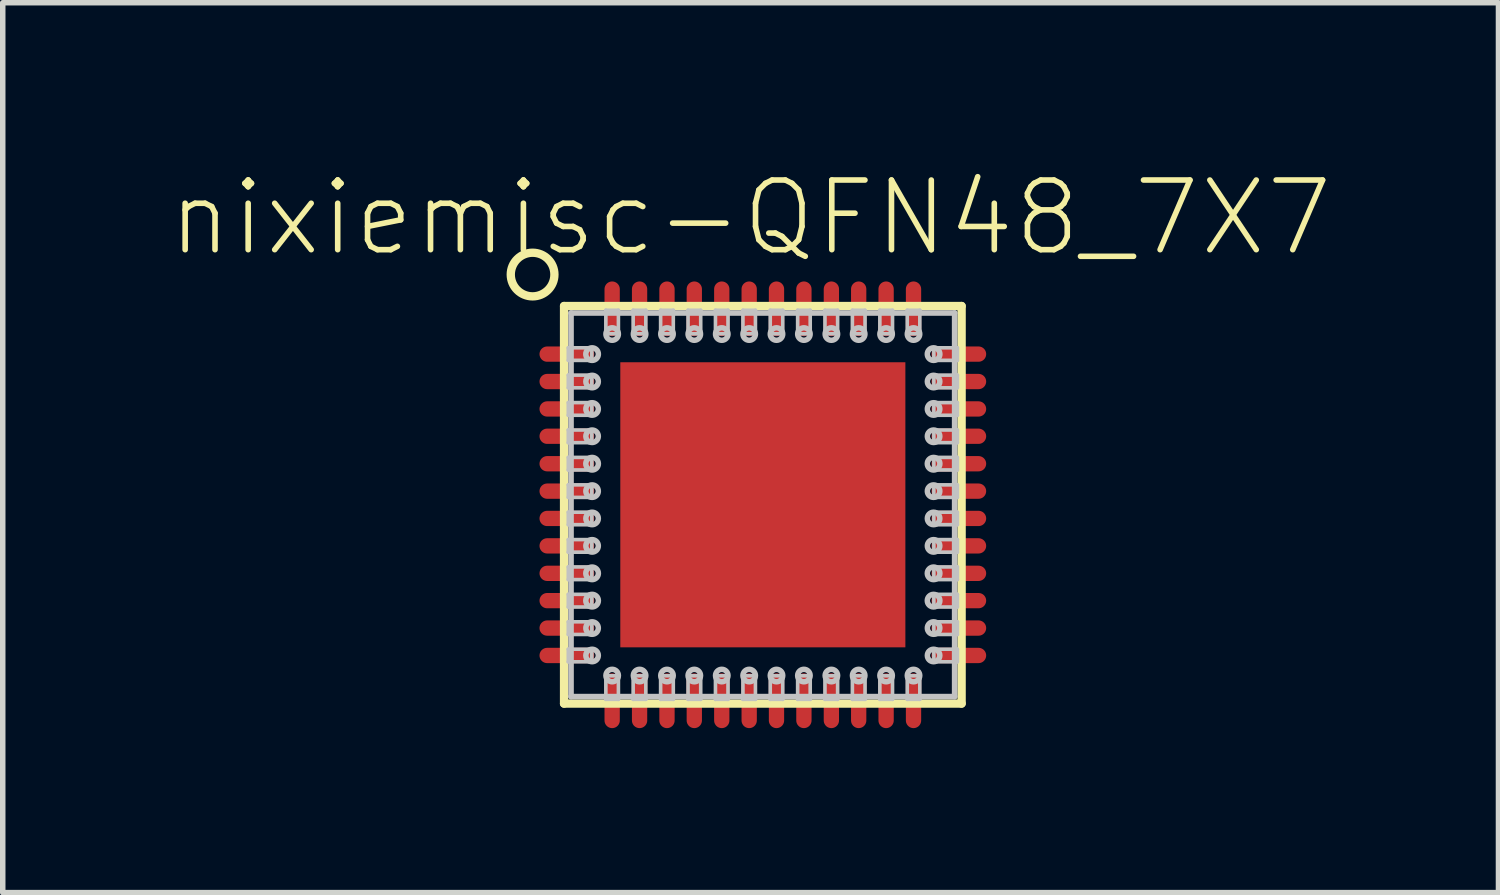
<source format=kicad_pcb>
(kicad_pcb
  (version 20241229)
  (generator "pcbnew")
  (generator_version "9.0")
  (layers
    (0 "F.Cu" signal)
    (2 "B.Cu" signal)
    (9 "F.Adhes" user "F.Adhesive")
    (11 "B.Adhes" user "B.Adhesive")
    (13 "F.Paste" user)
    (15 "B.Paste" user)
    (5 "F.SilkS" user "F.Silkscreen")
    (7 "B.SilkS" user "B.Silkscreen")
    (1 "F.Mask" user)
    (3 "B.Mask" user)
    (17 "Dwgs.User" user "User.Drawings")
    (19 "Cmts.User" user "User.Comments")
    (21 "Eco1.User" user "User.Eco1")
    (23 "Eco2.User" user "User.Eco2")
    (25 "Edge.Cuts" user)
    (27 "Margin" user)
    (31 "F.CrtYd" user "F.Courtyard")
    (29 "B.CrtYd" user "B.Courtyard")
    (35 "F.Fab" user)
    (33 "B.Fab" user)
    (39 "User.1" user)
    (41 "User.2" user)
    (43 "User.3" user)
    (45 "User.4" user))
  (footprint "nixiemisc-QFN48_7X7"
    (layer "F.Cu")
    (at 10.862 6.156)
    (property "Reference" "nixiemisc-QFN48_7X7" (at -0.224 -5.235 0) (unlocked yes) (layer "F.SilkS") (effects (font (size 1.27 1.27) (thickness 0.102))))
    (attr smd)
    (fp_line (start -2.598 -2.598) (end 2.598 -2.598) (stroke (width 0.066) (type solid)) (layer "F.Mask"))
    (fp_line (start -2.598 2.598) (end -2.598 -2.598) (stroke (width 0.066) (type solid)) (layer "F.Mask"))
    (fp_line (start -2.598 2.598) (end 2.598 2.598) (stroke (width 0.066) (type solid)) (layer "F.Mask"))
    (fp_line (start 2.598 2.598) (end 2.598 -2.598) (stroke (width 0.066) (type solid)) (layer "F.Mask"))
    (fp_line (start -3.625 3.625) (end -3.625 -3.625) (stroke (width 0.152) (type solid)) (layer "F.SilkS"))
    (fp_line (start 3.625 -3.625) (end -3.625 -3.625) (stroke (width 0.152) (type solid)) (layer "F.SilkS"))
    (fp_line (start 3.625 -3.625) (end 3.625 3.625) (stroke (width 0.152) (type solid)) (layer "F.SilkS"))
    (fp_line (start 3.625 3.625) (end -3.625 3.625) (stroke (width 0.152) (type solid)) (layer "F.SilkS"))
    (fp_circle (center -4.199 -4.199) (end -4.199 -4.597) (stroke (width 0.152) (type solid)) (fill no) (layer "F.SilkS"))
    (fp_line (start -2.598 -2.598) (end 2.598 -2.598) (stroke (width 0.066) (type solid)) (layer "F.Paste"))
    (fp_line (start -2.598 2.598) (end -2.598 -2.598) (stroke (width 0.066) (type solid)) (layer "F.Paste"))
    (fp_line (start -2.598 2.598) (end 2.598 2.598) (stroke (width 0.066) (type solid)) (layer "F.Paste"))
    (fp_line (start 2.598 2.598) (end 2.598 -2.598) (stroke (width 0.066) (type solid)) (layer "F.Paste"))
    (fp_line (start -3.548 -2.863) (end -3.548 -2.634) (stroke (width 0.066) (type solid)) (layer "Dwgs.User"))
    (fp_line (start -3.548 -2.863) (end -3.119 -2.863) (stroke (width 0.066) (type solid)) (layer "Dwgs.User"))
    (fp_line (start -3.548 -2.634) (end -3.119 -2.634) (stroke (width 0.066) (type solid)) (layer "Dwgs.User"))
    (fp_line (start -3.548 -2.365) (end -3.548 -2.134) (stroke (width 0.066) (type solid)) (layer "Dwgs.User"))
    (fp_line (start -3.548 -2.365) (end -3.119 -2.365) (stroke (width 0.066) (type solid)) (layer "Dwgs.User"))
    (fp_line (start -3.548 -2.134) (end -3.119 -2.134) (stroke (width 0.066) (type solid)) (layer "Dwgs.User"))
    (fp_line (start -3.548 -1.864) (end -3.548 -1.633) (stroke (width 0.066) (type solid)) (layer "Dwgs.User"))
    (fp_line (start -3.548 -1.864) (end -3.119 -1.864) (stroke (width 0.066) (type solid)) (layer "Dwgs.User"))
    (fp_line (start -3.548 -1.633) (end -3.119 -1.633) (stroke (width 0.066) (type solid)) (layer "Dwgs.User"))
    (fp_line (start -3.548 -1.364) (end -3.548 -1.133) (stroke (width 0.066) (type solid)) (layer "Dwgs.User"))
    (fp_line (start -3.548 -1.364) (end -3.119 -1.364) (stroke (width 0.066) (type solid)) (layer "Dwgs.User"))
    (fp_line (start -3.548 -1.133) (end -3.119 -1.133) (stroke (width 0.066) (type solid)) (layer "Dwgs.User"))
    (fp_line (start -3.548 -0.864) (end -3.548 -0.635) (stroke (width 0.066) (type solid)) (layer "Dwgs.User"))
    (fp_line (start -3.548 -0.864) (end -3.119 -0.864) (stroke (width 0.066) (type solid)) (layer "Dwgs.User"))
    (fp_line (start -3.548 -0.635) (end -3.119 -0.635) (stroke (width 0.066) (type solid)) (layer "Dwgs.User"))
    (fp_line (start -3.548 -0.363) (end -3.548 -0.135) (stroke (width 0.066) (type solid)) (layer "Dwgs.User"))
    (fp_line (start -3.548 -0.363) (end -3.119 -0.363) (stroke (width 0.066) (type solid)) (layer "Dwgs.User"))
    (fp_line (start -3.548 -0.135) (end -3.119 -0.135) (stroke (width 0.066) (type solid)) (layer "Dwgs.User"))
    (fp_line (start -3.548 0.135) (end -3.548 0.363) (stroke (width 0.066) (type solid)) (layer "Dwgs.User"))
    (fp_line (start -3.548 0.135) (end -3.119 0.135) (stroke (width 0.066) (type solid)) (layer "Dwgs.User"))
    (fp_line (start -3.548 0.363) (end -3.119 0.363) (stroke (width 0.066) (type solid)) (layer "Dwgs.User"))
    (fp_line (start -3.548 0.635) (end -3.548 0.864) (stroke (width 0.066) (type solid)) (layer "Dwgs.User"))
    (fp_line (start -3.548 0.635) (end -3.119 0.635) (stroke (width 0.066) (type solid)) (layer "Dwgs.User"))
    (fp_line (start -3.548 0.864) (end -3.119 0.864) (stroke (width 0.066) (type solid)) (layer "Dwgs.User"))
    (fp_line (start -3.548 1.133) (end -3.548 1.364) (stroke (width 0.066) (type solid)) (layer "Dwgs.User"))
    (fp_line (start -3.548 1.133) (end -3.119 1.133) (stroke (width 0.066) (type solid)) (layer "Dwgs.User"))
    (fp_line (start -3.548 1.364) (end -3.119 1.364) (stroke (width 0.066) (type solid)) (layer "Dwgs.User"))
    (fp_line (start -3.548 1.633) (end -3.548 1.864) (stroke (width 0.066) (type solid)) (layer "Dwgs.User"))
    (fp_line (start -3.548 1.633) (end -3.119 1.633) (stroke (width 0.066) (type solid)) (layer "Dwgs.User"))
    (fp_line (start -3.548 1.864) (end -3.119 1.864) (stroke (width 0.066) (type solid)) (layer "Dwgs.User"))
    (fp_line (start -3.548 2.134) (end -3.548 2.365) (stroke (width 0.066) (type solid)) (layer "Dwgs.User"))
    (fp_line (start -3.548 2.134) (end -3.119 2.134) (stroke (width 0.066) (type solid)) (layer "Dwgs.User"))
    (fp_line (start -3.548 2.365) (end -3.119 2.365) (stroke (width 0.066) (type solid)) (layer "Dwgs.User"))
    (fp_line (start -3.548 2.634) (end -3.548 2.863) (stroke (width 0.066) (type solid)) (layer "Dwgs.User"))
    (fp_line (start -3.548 2.634) (end -3.119 2.634) (stroke (width 0.066) (type solid)) (layer "Dwgs.User"))
    (fp_line (start -3.548 2.863) (end -3.119 2.863) (stroke (width 0.066) (type solid)) (layer "Dwgs.User"))
    (fp_line (start -3.498 -3.498) (end 3.498 -3.498) (stroke (width 0.102) (type solid)) (layer "Dwgs.User"))
    (fp_line (start -3.498 3.498) (end -3.498 -3.498) (stroke (width 0.102) (type solid)) (layer "Dwgs.User"))
    (fp_line (start -3.119 -2.863) (end -3.119 -2.634) (stroke (width 0.066) (type solid)) (layer "Dwgs.User"))
    (fp_line (start -3.119 -2.365) (end -3.119 -2.134) (stroke (width 0.066) (type solid)) (layer "Dwgs.User"))
    (fp_line (start -3.119 -1.864) (end -3.119 -1.633) (stroke (width 0.066) (type solid)) (layer "Dwgs.User"))
    (fp_line (start -3.119 -1.364) (end -3.119 -1.133) (stroke (width 0.066) (type solid)) (layer "Dwgs.User"))
    (fp_line (start -3.119 -0.864) (end -3.119 -0.635) (stroke (width 0.066) (type solid)) (layer "Dwgs.User"))
    (fp_line (start -3.119 -0.363) (end -3.119 -0.135) (stroke (width 0.066) (type solid)) (layer "Dwgs.User"))
    (fp_line (start -3.119 0.135) (end -3.119 0.363) (stroke (width 0.066) (type solid)) (layer "Dwgs.User"))
    (fp_line (start -3.119 0.635) (end -3.119 0.864) (stroke (width 0.066) (type solid)) (layer "Dwgs.User"))
    (fp_line (start -3.119 1.133) (end -3.119 1.364) (stroke (width 0.066) (type solid)) (layer "Dwgs.User"))
    (fp_line (start -3.119 1.633) (end -3.119 1.864) (stroke (width 0.066) (type solid)) (layer "Dwgs.User"))
    (fp_line (start -3.119 2.134) (end -3.119 2.365) (stroke (width 0.066) (type solid)) (layer "Dwgs.User"))
    (fp_line (start -3.119 2.634) (end -3.119 2.863) (stroke (width 0.066) (type solid)) (layer "Dwgs.User"))
    (fp_line (start -2.863 -3.548) (end -2.863 -3.119) (stroke (width 0.066) (type solid)) (layer "Dwgs.User"))
    (fp_line (start -2.863 3.119) (end -2.634 3.119) (stroke (width 0.066) (type solid)) (layer "Dwgs.User"))
    (fp_line (start -2.863 3.548) (end -2.863 3.119) (stroke (width 0.066) (type solid)) (layer "Dwgs.User"))
    (fp_line (start -2.863 3.548) (end -2.634 3.548) (stroke (width 0.066) (type solid)) (layer "Dwgs.User"))
    (fp_line (start -2.634 -3.548) (end -2.863 -3.548) (stroke (width 0.066) (type solid)) (layer "Dwgs.User"))
    (fp_line (start -2.634 -3.548) (end -2.634 -3.119) (stroke (width 0.066) (type solid)) (layer "Dwgs.User"))
    (fp_line (start -2.634 -3.119) (end -2.863 -3.119) (stroke (width 0.066) (type solid)) (layer "Dwgs.User"))
    (fp_line (start -2.634 3.548) (end -2.634 3.119) (stroke (width 0.066) (type solid)) (layer "Dwgs.User"))
    (fp_line (start -2.365 -3.548) (end -2.365 -3.119) (stroke (width 0.066) (type solid)) (layer "Dwgs.User"))
    (fp_line (start -2.365 3.119) (end -2.134 3.119) (stroke (width 0.066) (type solid)) (layer "Dwgs.User"))
    (fp_line (start -2.365 3.548) (end -2.365 3.119) (stroke (width 0.066) (type solid)) (layer "Dwgs.User"))
    (fp_line (start -2.365 3.548) (end -2.134 3.548) (stroke (width 0.066) (type solid)) (layer "Dwgs.User"))
    (fp_line (start -2.134 -3.548) (end -2.365 -3.548) (stroke (width 0.066) (type solid)) (layer "Dwgs.User"))
    (fp_line (start -2.134 -3.548) (end -2.134 -3.119) (stroke (width 0.066) (type solid)) (layer "Dwgs.User"))
    (fp_line (start -2.134 -3.119) (end -2.365 -3.119) (stroke (width 0.066) (type solid)) (layer "Dwgs.User"))
    (fp_line (start -2.134 3.548) (end -2.134 3.119) (stroke (width 0.066) (type solid)) (layer "Dwgs.User"))
    (fp_line (start -1.864 -3.548) (end -1.864 -3.119) (stroke (width 0.066) (type solid)) (layer "Dwgs.User"))
    (fp_line (start -1.864 3.119) (end -1.633 3.119) (stroke (width 0.066) (type solid)) (layer "Dwgs.User"))
    (fp_line (start -1.864 3.548) (end -1.864 3.119) (stroke (width 0.066) (type solid)) (layer "Dwgs.User"))
    (fp_line (start -1.864 3.548) (end -1.633 3.548) (stroke (width 0.066) (type solid)) (layer "Dwgs.User"))
    (fp_line (start -1.633 -3.548) (end -1.864 -3.548) (stroke (width 0.066) (type solid)) (layer "Dwgs.User"))
    (fp_line (start -1.633 -3.548) (end -1.633 -3.119) (stroke (width 0.066) (type solid)) (layer "Dwgs.User"))
    (fp_line (start -1.633 -3.119) (end -1.864 -3.119) (stroke (width 0.066) (type solid)) (layer "Dwgs.User"))
    (fp_line (start -1.633 3.548) (end -1.633 3.119) (stroke (width 0.066) (type solid)) (layer "Dwgs.User"))
    (fp_line (start -1.364 -3.548) (end -1.364 -3.119) (stroke (width 0.066) (type solid)) (layer "Dwgs.User"))
    (fp_line (start -1.364 3.119) (end -1.133 3.119) (stroke (width 0.066) (type solid)) (layer "Dwgs.User"))
    (fp_line (start -1.364 3.548) (end -1.364 3.119) (stroke (width 0.066) (type solid)) (layer "Dwgs.User"))
    (fp_line (start -1.364 3.548) (end -1.133 3.548) (stroke (width 0.066) (type solid)) (layer "Dwgs.User"))
    (fp_line (start -1.133 -3.548) (end -1.364 -3.548) (stroke (width 0.066) (type solid)) (layer "Dwgs.User"))
    (fp_line (start -1.133 -3.548) (end -1.133 -3.119) (stroke (width 0.066) (type solid)) (layer "Dwgs.User"))
    (fp_line (start -1.133 -3.119) (end -1.364 -3.119) (stroke (width 0.066) (type solid)) (layer "Dwgs.User"))
    (fp_line (start -1.133 3.548) (end -1.133 3.119) (stroke (width 0.066) (type solid)) (layer "Dwgs.User"))
    (fp_line (start -0.864 -3.548) (end -0.864 -3.119) (stroke (width 0.066) (type solid)) (layer "Dwgs.User"))
    (fp_line (start -0.864 3.119) (end -0.635 3.119) (stroke (width 0.066) (type solid)) (layer "Dwgs.User"))
    (fp_line (start -0.864 3.548) (end -0.864 3.119) (stroke (width 0.066) (type solid)) (layer "Dwgs.User"))
    (fp_line (start -0.864 3.548) (end -0.635 3.548) (stroke (width 0.066) (type solid)) (layer "Dwgs.User"))
    (fp_line (start -0.635 -3.548) (end -0.864 -3.548) (stroke (width 0.066) (type solid)) (layer "Dwgs.User"))
    (fp_line (start -0.635 -3.548) (end -0.635 -3.119) (stroke (width 0.066) (type solid)) (layer "Dwgs.User"))
    (fp_line (start -0.635 -3.119) (end -0.864 -3.119) (stroke (width 0.066) (type solid)) (layer "Dwgs.User"))
    (fp_line (start -0.635 3.548) (end -0.635 3.119) (stroke (width 0.066) (type solid)) (layer "Dwgs.User"))
    (fp_line (start -0.363 -3.548) (end -0.363 -3.119) (stroke (width 0.066) (type solid)) (layer "Dwgs.User"))
    (fp_line (start -0.363 3.119) (end -0.135 3.119) (stroke (width 0.066) (type solid)) (layer "Dwgs.User"))
    (fp_line (start -0.363 3.548) (end -0.363 3.119) (stroke (width 0.066) (type solid)) (layer "Dwgs.User"))
    (fp_line (start -0.363 3.548) (end -0.135 3.548) (stroke (width 0.066) (type solid)) (layer "Dwgs.User"))
    (fp_line (start -0.135 -3.548) (end -0.363 -3.548) (stroke (width 0.066) (type solid)) (layer "Dwgs.User"))
    (fp_line (start -0.135 -3.548) (end -0.135 -3.119) (stroke (width 0.066) (type solid)) (layer "Dwgs.User"))
    (fp_line (start -0.135 -3.119) (end -0.363 -3.119) (stroke (width 0.066) (type solid)) (layer "Dwgs.User"))
    (fp_line (start -0.135 3.548) (end -0.135 3.119) (stroke (width 0.066) (type solid)) (layer "Dwgs.User"))
    (fp_line (start 0.135 -3.548) (end 0.135 -3.119) (stroke (width 0.066) (type solid)) (layer "Dwgs.User"))
    (fp_line (start 0.135 3.119) (end 0.363 3.119) (stroke (width 0.066) (type solid)) (layer "Dwgs.User"))
    (fp_line (start 0.135 3.548) (end 0.135 3.119) (stroke (width 0.066) (type solid)) (layer "Dwgs.User"))
    (fp_line (start 0.135 3.548) (end 0.363 3.548) (stroke (width 0.066) (type solid)) (layer "Dwgs.User"))
    (fp_line (start 0.363 -3.548) (end 0.135 -3.548) (stroke (width 0.066) (type solid)) (layer "Dwgs.User"))
    (fp_line (start 0.363 -3.548) (end 0.363 -3.119) (stroke (width 0.066) (type solid)) (layer "Dwgs.User"))
    (fp_line (start 0.363 -3.119) (end 0.135 -3.119) (stroke (width 0.066) (type solid)) (layer "Dwgs.User"))
    (fp_line (start 0.363 3.548) (end 0.363 3.119) (stroke (width 0.066) (type solid)) (layer "Dwgs.User"))
    (fp_line (start 0.635 -3.548) (end 0.635 -3.119) (stroke (width 0.066) (type solid)) (layer "Dwgs.User"))
    (fp_line (start 0.635 3.119) (end 0.864 3.119) (stroke (width 0.066) (type solid)) (layer "Dwgs.User"))
    (fp_line (start 0.635 3.548) (end 0.635 3.119) (stroke (width 0.066) (type solid)) (layer "Dwgs.User"))
    (fp_line (start 0.635 3.548) (end 0.864 3.548) (stroke (width 0.066) (type solid)) (layer "Dwgs.User"))
    (fp_line (start 0.864 -3.548) (end 0.635 -3.548) (stroke (width 0.066) (type solid)) (layer "Dwgs.User"))
    (fp_line (start 0.864 -3.548) (end 0.864 -3.119) (stroke (width 0.066) (type solid)) (layer "Dwgs.User"))
    (fp_line (start 0.864 -3.119) (end 0.635 -3.119) (stroke (width 0.066) (type solid)) (layer "Dwgs.User"))
    (fp_line (start 0.864 3.548) (end 0.864 3.119) (stroke (width 0.066) (type solid)) (layer "Dwgs.User"))
    (fp_line (start 1.133 -3.548) (end 1.133 -3.119) (stroke (width 0.066) (type solid)) (layer "Dwgs.User"))
    (fp_line (start 1.133 3.119) (end 1.364 3.119) (stroke (width 0.066) (type solid)) (layer "Dwgs.User"))
    (fp_line (start 1.133 3.548) (end 1.133 3.119) (stroke (width 0.066) (type solid)) (layer "Dwgs.User"))
    (fp_line (start 1.133 3.548) (end 1.364 3.548) (stroke (width 0.066) (type solid)) (layer "Dwgs.User"))
    (fp_line (start 1.364 -3.548) (end 1.133 -3.548) (stroke (width 0.066) (type solid)) (layer "Dwgs.User"))
    (fp_line (start 1.364 -3.548) (end 1.364 -3.119) (stroke (width 0.066) (type solid)) (layer "Dwgs.User"))
    (fp_line (start 1.364 -3.119) (end 1.133 -3.119) (stroke (width 0.066) (type solid)) (layer "Dwgs.User"))
    (fp_line (start 1.364 3.548) (end 1.364 3.119) (stroke (width 0.066) (type solid)) (layer "Dwgs.User"))
    (fp_line (start 1.633 -3.548) (end 1.633 -3.119) (stroke (width 0.066) (type solid)) (layer "Dwgs.User"))
    (fp_line (start 1.633 3.119) (end 1.864 3.119) (stroke (width 0.066) (type solid)) (layer "Dwgs.User"))
    (fp_line (start 1.633 3.548) (end 1.633 3.119) (stroke (width 0.066) (type solid)) (layer "Dwgs.User"))
    (fp_line (start 1.633 3.548) (end 1.864 3.548) (stroke (width 0.066) (type solid)) (layer "Dwgs.User"))
    (fp_line (start 1.864 -3.548) (end 1.633 -3.548) (stroke (width 0.066) (type solid)) (layer "Dwgs.User"))
    (fp_line (start 1.864 -3.548) (end 1.864 -3.119) (stroke (width 0.066) (type solid)) (layer "Dwgs.User"))
    (fp_line (start 1.864 -3.119) (end 1.633 -3.119) (stroke (width 0.066) (type solid)) (layer "Dwgs.User"))
    (fp_line (start 1.864 3.548) (end 1.864 3.119) (stroke (width 0.066) (type solid)) (layer "Dwgs.User"))
    (fp_line (start 2.134 -3.548) (end 2.134 -3.119) (stroke (width 0.066) (type solid)) (layer "Dwgs.User"))
    (fp_line (start 2.134 3.119) (end 2.365 3.119) (stroke (width 0.066) (type solid)) (layer "Dwgs.User"))
    (fp_line (start 2.134 3.548) (end 2.134 3.119) (stroke (width 0.066) (type solid)) (layer "Dwgs.User"))
    (fp_line (start 2.134 3.548) (end 2.365 3.548) (stroke (width 0.066) (type solid)) (layer "Dwgs.User"))
    (fp_line (start 2.365 -3.548) (end 2.134 -3.548) (stroke (width 0.066) (type solid)) (layer "Dwgs.User"))
    (fp_line (start 2.365 -3.548) (end 2.365 -3.119) (stroke (width 0.066) (type solid)) (layer "Dwgs.User"))
    (fp_line (start 2.365 -3.119) (end 2.134 -3.119) (stroke (width 0.066) (type solid)) (layer "Dwgs.User"))
    (fp_line (start 2.365 3.548) (end 2.365 3.119) (stroke (width 0.066) (type solid)) (layer "Dwgs.User"))
    (fp_line (start 2.634 -3.548) (end 2.634 -3.119) (stroke (width 0.066) (type solid)) (layer "Dwgs.User"))
    (fp_line (start 2.634 3.119) (end 2.863 3.119) (stroke (width 0.066) (type solid)) (layer "Dwgs.User"))
    (fp_line (start 2.634 3.548) (end 2.634 3.119) (stroke (width 0.066) (type solid)) (layer "Dwgs.User"))
    (fp_line (start 2.634 3.548) (end 2.863 3.548) (stroke (width 0.066) (type solid)) (layer "Dwgs.User"))
    (fp_line (start 2.863 -3.548) (end 2.634 -3.548) (stroke (width 0.066) (type solid)) (layer "Dwgs.User"))
    (fp_line (start 2.863 -3.548) (end 2.863 -3.119) (stroke (width 0.066) (type solid)) (layer "Dwgs.User"))
    (fp_line (start 2.863 -3.119) (end 2.634 -3.119) (stroke (width 0.066) (type solid)) (layer "Dwgs.User"))
    (fp_line (start 2.863 3.548) (end 2.863 3.119) (stroke (width 0.066) (type solid)) (layer "Dwgs.User"))
    (fp_line (start 3.119 -2.634) (end 3.119 -2.863) (stroke (width 0.066) (type solid)) (layer "Dwgs.User"))
    (fp_line (start 3.119 -2.134) (end 3.119 -2.365) (stroke (width 0.066) (type solid)) (layer "Dwgs.User"))
    (fp_line (start 3.119 -1.633) (end 3.119 -1.864) (stroke (width 0.066) (type solid)) (layer "Dwgs.User"))
    (fp_line (start 3.119 -1.133) (end 3.119 -1.364) (stroke (width 0.066) (type solid)) (layer "Dwgs.User"))
    (fp_line (start 3.119 -0.635) (end 3.119 -0.864) (stroke (width 0.066) (type solid)) (layer "Dwgs.User"))
    (fp_line (start 3.119 -0.135) (end 3.119 -0.363) (stroke (width 0.066) (type solid)) (layer "Dwgs.User"))
    (fp_line (start 3.119 0.363) (end 3.119 0.135) (stroke (width 0.066) (type solid)) (layer "Dwgs.User"))
    (fp_line (start 3.119 0.864) (end 3.119 0.635) (stroke (width 0.066) (type solid)) (layer "Dwgs.User"))
    (fp_line (start 3.119 1.364) (end 3.119 1.133) (stroke (width 0.066) (type solid)) (layer "Dwgs.User"))
    (fp_line (start 3.119 1.864) (end 3.119 1.633) (stroke (width 0.066) (type solid)) (layer "Dwgs.User"))
    (fp_line (start 3.119 2.365) (end 3.119 2.134) (stroke (width 0.066) (type solid)) (layer "Dwgs.User"))
    (fp_line (start 3.119 2.863) (end 3.119 2.634) (stroke (width 0.066) (type solid)) (layer "Dwgs.User"))
    (fp_line (start 3.498 -3.498) (end 3.498 3.498) (stroke (width 0.102) (type solid)) (layer "Dwgs.User"))
    (fp_line (start 3.498 3.498) (end -3.498 3.498) (stroke (width 0.102) (type solid)) (layer "Dwgs.User"))
    (fp_line (start 3.548 -2.863) (end 3.119 -2.863) (stroke (width 0.066) (type solid)) (layer "Dwgs.User"))
    (fp_line (start 3.548 -2.634) (end 3.119 -2.634) (stroke (width 0.066) (type solid)) (layer "Dwgs.User"))
    (fp_line (start 3.548 -2.634) (end 3.548 -2.863) (stroke (width 0.066) (type solid)) (layer "Dwgs.User"))
    (fp_line (start 3.548 -2.365) (end 3.119 -2.365) (stroke (width 0.066) (type solid)) (layer "Dwgs.User"))
    (fp_line (start 3.548 -2.134) (end 3.119 -2.134) (stroke (width 0.066) (type solid)) (layer "Dwgs.User"))
    (fp_line (start 3.548 -2.134) (end 3.548 -2.365) (stroke (width 0.066) (type solid)) (layer "Dwgs.User"))
    (fp_line (start 3.548 -1.864) (end 3.119 -1.864) (stroke (width 0.066) (type solid)) (layer "Dwgs.User"))
    (fp_line (start 3.548 -1.633) (end 3.119 -1.633) (stroke (width 0.066) (type solid)) (layer "Dwgs.User"))
    (fp_line (start 3.548 -1.633) (end 3.548 -1.864) (stroke (width 0.066) (type solid)) (layer "Dwgs.User"))
    (fp_line (start 3.548 -1.364) (end 3.119 -1.364) (stroke (width 0.066) (type solid)) (layer "Dwgs.User"))
    (fp_line (start 3.548 -1.133) (end 3.119 -1.133) (stroke (width 0.066) (type solid)) (layer "Dwgs.User"))
    (fp_line (start 3.548 -1.133) (end 3.548 -1.364) (stroke (width 0.066) (type solid)) (layer "Dwgs.User"))
    (fp_line (start 3.548 -0.864) (end 3.119 -0.864) (stroke (width 0.066) (type solid)) (layer "Dwgs.User"))
    (fp_line (start 3.548 -0.635) (end 3.119 -0.635) (stroke (width 0.066) (type solid)) (layer "Dwgs.User"))
    (fp_line (start 3.548 -0.635) (end 3.548 -0.864) (stroke (width 0.066) (type solid)) (layer "Dwgs.User"))
    (fp_line (start 3.548 -0.363) (end 3.119 -0.363) (stroke (width 0.066) (type solid)) (layer "Dwgs.User"))
    (fp_line (start 3.548 -0.135) (end 3.119 -0.135) (stroke (width 0.066) (type solid)) (layer "Dwgs.User"))
    (fp_line (start 3.548 -0.135) (end 3.548 -0.363) (stroke (width 0.066) (type solid)) (layer "Dwgs.User"))
    (fp_line (start 3.548 0.135) (end 3.119 0.135) (stroke (width 0.066) (type solid)) (layer "Dwgs.User"))
    (fp_line (start 3.548 0.363) (end 3.119 0.363) (stroke (width 0.066) (type solid)) (layer "Dwgs.User"))
    (fp_line (start 3.548 0.363) (end 3.548 0.135) (stroke (width 0.066) (type solid)) (layer "Dwgs.User"))
    (fp_line (start 3.548 0.635) (end 3.119 0.635) (stroke (width 0.066) (type solid)) (layer "Dwgs.User"))
    (fp_line (start 3.548 0.864) (end 3.119 0.864) (stroke (width 0.066) (type solid)) (layer "Dwgs.User"))
    (fp_line (start 3.548 0.864) (end 3.548 0.635) (stroke (width 0.066) (type solid)) (layer "Dwgs.User"))
    (fp_line (start 3.548 1.133) (end 3.119 1.133) (stroke (width 0.066) (type solid)) (layer "Dwgs.User"))
    (fp_line (start 3.548 1.364) (end 3.119 1.364) (stroke (width 0.066) (type solid)) (layer "Dwgs.User"))
    (fp_line (start 3.548 1.364) (end 3.548 1.133) (stroke (width 0.066) (type solid)) (layer "Dwgs.User"))
    (fp_line (start 3.548 1.633) (end 3.119 1.633) (stroke (width 0.066) (type solid)) (layer "Dwgs.User"))
    (fp_line (start 3.548 1.864) (end 3.119 1.864) (stroke (width 0.066) (type solid)) (layer "Dwgs.User"))
    (fp_line (start 3.548 1.864) (end 3.548 1.633) (stroke (width 0.066) (type solid)) (layer "Dwgs.User"))
    (fp_line (start 3.548 2.134) (end 3.119 2.134) (stroke (width 0.066) (type solid)) (layer "Dwgs.User"))
    (fp_line (start 3.548 2.365) (end 3.119 2.365) (stroke (width 0.066) (type solid)) (layer "Dwgs.User"))
    (fp_line (start 3.548 2.365) (end 3.548 2.134) (stroke (width 0.066) (type solid)) (layer "Dwgs.User"))
    (fp_line (start 3.548 2.634) (end 3.119 2.634) (stroke (width 0.066) (type solid)) (layer "Dwgs.User"))
    (fp_line (start 3.548 2.863) (end 3.119 2.863) (stroke (width 0.066) (type solid)) (layer "Dwgs.User"))
    (fp_line (start 3.548 2.863) (end 3.548 2.634) (stroke (width 0.066) (type solid)) (layer "Dwgs.User"))
    (fp_circle (center -3.114 -2.748) (end -3.114 -2.863) (stroke (width 0.1) (type solid)) (fill no) (layer "Dwgs.User"))
    (fp_circle (center -3.114 -2.248) (end -3.114 -2.362) (stroke (width 0.1) (type solid)) (fill no) (layer "Dwgs.User"))
    (fp_circle (center -3.114 -1.748) (end -3.114 -1.862) (stroke (width 0.1) (type solid)) (fill no) (layer "Dwgs.User"))
    (fp_circle (center -3.114 -1.25) (end -3.114 -1.364) (stroke (width 0.1) (type solid)) (fill no) (layer "Dwgs.User"))
    (fp_circle (center -3.114 -0.749) (end -3.114 -0.864) (stroke (width 0.1) (type solid)) (fill no) (layer "Dwgs.User"))
    (fp_circle (center -3.114 -0.249) (end -3.114 -0.363) (stroke (width 0.1) (type solid)) (fill no) (layer "Dwgs.User"))
    (fp_circle (center -3.114 0.249) (end -3.114 0.135) (stroke (width 0.1) (type solid)) (fill no) (layer "Dwgs.User"))
    (fp_circle (center -3.114 0.749) (end -3.114 0.635) (stroke (width 0.1) (type solid)) (fill no) (layer "Dwgs.User"))
    (fp_circle (center -3.114 1.25) (end -3.114 1.135) (stroke (width 0.1) (type solid)) (fill no) (layer "Dwgs.User"))
    (fp_circle (center -3.114 1.748) (end -3.114 1.633) (stroke (width 0.1) (type solid)) (fill no) (layer "Dwgs.User"))
    (fp_circle (center -3.114 2.248) (end -3.114 2.134) (stroke (width 0.1) (type solid)) (fill no) (layer "Dwgs.User"))
    (fp_circle (center -3.114 2.748) (end -3.114 2.634) (stroke (width 0.1) (type solid)) (fill no) (layer "Dwgs.User"))
    (fp_circle (center -2.748 -3.114) (end -2.748 -3.228) (stroke (width 0.1) (type solid)) (fill no) (layer "Dwgs.User"))
    (fp_circle (center -2.748 3.114) (end -2.748 3) (stroke (width 0.1) (type solid)) (fill no) (layer "Dwgs.User"))
    (fp_circle (center -2.248 -3.114) (end -2.248 -3.228) (stroke (width 0.1) (type solid)) (fill no) (layer "Dwgs.User"))
    (fp_circle (center -2.248 3.114) (end -2.248 3) (stroke (width 0.1) (type solid)) (fill no) (layer "Dwgs.User"))
    (fp_circle (center -1.748 -3.114) (end -1.748 -3.228) (stroke (width 0.1) (type solid)) (fill no) (layer "Dwgs.User"))
    (fp_circle (center -1.748 3.114) (end -1.748 3) (stroke (width 0.1) (type solid)) (fill no) (layer "Dwgs.User"))
    (fp_circle (center -1.25 -3.114) (end -1.25 -3.228) (stroke (width 0.1) (type solid)) (fill no) (layer "Dwgs.User"))
    (fp_circle (center -1.25 3.114) (end -1.25 3) (stroke (width 0.1) (type solid)) (fill no) (layer "Dwgs.User"))
    (fp_circle (center -0.749 -3.114) (end -0.749 -3.228) (stroke (width 0.1) (type solid)) (fill no) (layer "Dwgs.User"))
    (fp_circle (center -0.749 3.114) (end -0.749 3) (stroke (width 0.1) (type solid)) (fill no) (layer "Dwgs.User"))
    (fp_circle (center -0.249 -3.114) (end -0.249 -3.228) (stroke (width 0.1) (type solid)) (fill no) (layer "Dwgs.User"))
    (fp_circle (center -0.249 3.114) (end -0.249 3) (stroke (width 0.1) (type solid)) (fill no) (layer "Dwgs.User"))
    (fp_circle (center 0.249 -3.114) (end 0.249 -3.228) (stroke (width 0.1) (type solid)) (fill no) (layer "Dwgs.User"))
    (fp_circle (center 0.249 3.114) (end 0.249 3) (stroke (width 0.1) (type solid)) (fill no) (layer "Dwgs.User"))
    (fp_circle (center 0.749 -3.114) (end 0.749 -3.228) (stroke (width 0.1) (type solid)) (fill no) (layer "Dwgs.User"))
    (fp_circle (center 0.749 3.114) (end 0.749 3) (stroke (width 0.1) (type solid)) (fill no) (layer "Dwgs.User"))
    (fp_circle (center 1.25 -3.114) (end 1.25 -3.228) (stroke (width 0.1) (type solid)) (fill no) (layer "Dwgs.User"))
    (fp_circle (center 1.25 3.114) (end 1.25 3) (stroke (width 0.1) (type solid)) (fill no) (layer "Dwgs.User"))
    (fp_circle (center 1.748 -3.114) (end 1.748 -3.228) (stroke (width 0.1) (type solid)) (fill no) (layer "Dwgs.User"))
    (fp_circle (center 1.748 3.114) (end 1.748 3) (stroke (width 0.1) (type solid)) (fill no) (layer "Dwgs.User"))
    (fp_circle (center 2.248 -3.114) (end 2.248 -3.228) (stroke (width 0.1) (type solid)) (fill no) (layer "Dwgs.User"))
    (fp_circle (center 2.248 3.114) (end 2.248 3) (stroke (width 0.1) (type solid)) (fill no) (layer "Dwgs.User"))
    (fp_circle (center 2.748 -3.114) (end 2.748 -3.228) (stroke (width 0.1) (type solid)) (fill no) (layer "Dwgs.User"))
    (fp_circle (center 2.748 3.114) (end 2.748 3) (stroke (width 0.1) (type solid)) (fill no) (layer "Dwgs.User"))
    (fp_circle (center 3.114 -2.748) (end 3.114 -2.863) (stroke (width 0.1) (type solid)) (fill no) (layer "Dwgs.User"))
    (fp_circle (center 3.114 -2.248) (end 3.114 -2.362) (stroke (width 0.1) (type solid)) (fill no) (layer "Dwgs.User"))
    (fp_circle (center 3.114 -1.748) (end 3.114 -1.862) (stroke (width 0.1) (type solid)) (fill no) (layer "Dwgs.User"))
    (fp_circle (center 3.114 -1.25) (end 3.114 -1.364) (stroke (width 0.1) (type solid)) (fill no) (layer "Dwgs.User"))
    (fp_circle (center 3.114 -0.749) (end 3.114 -0.864) (stroke (width 0.1) (type solid)) (fill no) (layer "Dwgs.User"))
    (fp_circle (center 3.114 -0.249) (end 3.114 -0.363) (stroke (width 0.1) (type solid)) (fill no) (layer "Dwgs.User"))
    (fp_circle (center 3.114 0.249) (end 3.114 0.135) (stroke (width 0.1) (type solid)) (fill no) (layer "Dwgs.User"))
    (fp_circle (center 3.114 0.749) (end 3.114 0.635) (stroke (width 0.1) (type solid)) (fill no) (layer "Dwgs.User"))
    (fp_circle (center 3.114 1.25) (end 3.114 1.135) (stroke (width 0.1) (type solid)) (fill no) (layer "Dwgs.User"))
    (fp_circle (center 3.114 1.748) (end 3.114 1.633) (stroke (width 0.1) (type solid)) (fill no) (layer "Dwgs.User"))
    (fp_circle (center 3.114 2.248) (end 3.114 2.134) (stroke (width 0.1) (type solid)) (fill no) (layer "Dwgs.User"))
    (fp_circle (center 3.114 2.748) (end 3.114 2.634) (stroke (width 0.1) (type solid)) (fill no) (layer "Dwgs.User"))
    (pad "1" smd oval (at -3.574 -2.748 270) (size 0.279 0.998) (layers "F.Cu" "F.Mask" "F.Paste"))
    (pad "2" smd oval (at -3.574 -2.248 270) (size 0.279 0.998) (layers "F.Cu" "F.Mask" "F.Paste"))
    (pad "3" smd oval (at -3.574 -1.748 270) (size 0.279 0.998) (layers "F.Cu" "F.Mask" "F.Paste"))
    (pad "4" smd oval (at -3.574 -1.25 270) (size 0.279 0.998) (layers "F.Cu" "F.Mask" "F.Paste"))
    (pad "5" smd oval (at -3.574 -0.749 270) (size 0.279 0.998) (layers "F.Cu" "F.Mask" "F.Paste"))
    (pad "6" smd oval (at -3.574 -0.249 270) (size 0.279 0.998) (layers "F.Cu" "F.Mask" "F.Paste"))
    (pad "7" smd oval (at -3.574 0.249 270) (size 0.279 0.998) (layers "F.Cu" "F.Mask" "F.Paste"))
    (pad "8" smd oval (at -3.574 0.749 270) (size 0.279 0.998) (layers "F.Cu" "F.Mask" "F.Paste"))
    (pad "9" smd oval (at -3.574 1.25 270) (size 0.279 0.998) (layers "F.Cu" "F.Mask" "F.Paste"))
    (pad "10" smd oval (at -3.574 1.748 270) (size 0.279 0.998) (layers "F.Cu" "F.Mask" "F.Paste"))
    (pad "11" smd oval (at -3.574 2.248 270) (size 0.279 0.998) (layers "F.Cu" "F.Mask" "F.Paste"))
    (pad "12" smd oval (at -3.574 2.748 270) (size 0.279 0.998) (layers "F.Cu" "F.Mask" "F.Paste"))
    (pad "13" smd oval (at -2.748 3.574) (size 0.279 0.998) (layers "F.Cu" "F.Mask" "F.Paste"))
    (pad "14" smd oval (at -2.248 3.574) (size 0.279 0.998) (layers "F.Cu" "F.Mask" "F.Paste"))
    (pad "15" smd oval (at -1.748 3.574) (size 0.279 0.998) (layers "F.Cu" "F.Mask" "F.Paste"))
    (pad "16" smd oval (at -1.25 3.574) (size 0.279 0.998) (layers "F.Cu" "F.Mask" "F.Paste"))
    (pad "17" smd oval (at -0.749 3.574) (size 0.279 0.998) (layers "F.Cu" "F.Mask" "F.Paste"))
    (pad "18" smd oval (at -0.249 3.574) (size 0.279 0.998) (layers "F.Cu" "F.Mask" "F.Paste"))
    (pad "19" smd oval (at 0.249 3.574) (size 0.279 0.998) (layers "F.Cu" "F.Mask" "F.Paste"))
    (pad "20" smd oval (at 0.749 3.574) (size 0.279 0.998) (layers "F.Cu" "F.Mask" "F.Paste"))
    (pad "21" smd oval (at 1.25 3.574) (size 0.279 0.998) (layers "F.Cu" "F.Mask" "F.Paste"))
    (pad "22" smd oval (at 1.748 3.574) (size 0.279 0.998) (layers "F.Cu" "F.Mask" "F.Paste"))
    (pad "23" smd oval (at 2.248 3.574) (size 0.279 0.998) (layers "F.Cu" "F.Mask" "F.Paste"))
    (pad "24" smd oval (at 2.748 3.574) (size 0.279 0.998) (layers "F.Cu" "F.Mask" "F.Paste"))
    (pad "25" smd oval (at 3.574 2.748 90) (size 0.279 0.998) (layers "F.Cu" "F.Mask" "F.Paste"))
    (pad "26" smd oval (at 3.574 2.248 90) (size 0.279 0.998) (layers "F.Cu" "F.Mask" "F.Paste"))
    (pad "27" smd oval (at 3.574 1.748 90) (size 0.279 0.998) (layers "F.Cu" "F.Mask" "F.Paste"))
    (pad "28" smd oval (at 3.574 1.25 90) (size 0.279 0.998) (layers "F.Cu" "F.Mask" "F.Paste"))
    (pad "29" smd oval (at 3.574 0.749 90) (size 0.279 0.998) (layers "F.Cu" "F.Mask" "F.Paste"))
    (pad "30" smd oval (at 3.574 0.249 90) (size 0.279 0.998) (layers "F.Cu" "F.Mask" "F.Paste"))
    (pad "31" smd oval (at 3.574 -0.249 90) (size 0.279 0.998) (layers "F.Cu" "F.Mask" "F.Paste"))
    (pad "32" smd oval (at 3.574 -0.749 90) (size 0.279 0.998) (layers "F.Cu" "F.Mask" "F.Paste"))
    (pad "33" smd oval (at 3.574 -1.25 90) (size 0.279 0.998) (layers "F.Cu" "F.Mask" "F.Paste"))
    (pad "34" smd oval (at 3.574 -1.748 90) (size 0.279 0.998) (layers "F.Cu" "F.Mask" "F.Paste"))
    (pad "35" smd oval (at 3.574 -2.248 90) (size 0.279 0.998) (layers "F.Cu" "F.Mask" "F.Paste"))
    (pad "36" smd oval (at 3.574 -2.748 90) (size 0.279 0.998) (layers "F.Cu" "F.Mask" "F.Paste"))
    (pad "37" smd oval (at 2.748 -3.574 180) (size 0.279 0.998) (layers "F.Cu" "F.Mask" "F.Paste"))
    (pad "38" smd oval (at 2.248 -3.574 180) (size 0.279 0.998) (layers "F.Cu" "F.Mask" "F.Paste"))
    (pad "39" smd oval (at 1.748 -3.574 180) (size 0.279 0.998) (layers "F.Cu" "F.Mask" "F.Paste"))
    (pad "40" smd oval (at 1.25 -3.574 180) (size 0.279 0.998) (layers "F.Cu" "F.Mask" "F.Paste"))
    (pad "41" smd oval (at 0.749 -3.574 180) (size 0.279 0.998) (layers "F.Cu" "F.Mask" "F.Paste"))
    (pad "42" smd oval (at 0.249 -3.574 180) (size 0.279 0.998) (layers "F.Cu" "F.Mask" "F.Paste"))
    (pad "43" smd oval (at -0.249 -3.574 180) (size 0.279 0.998) (layers "F.Cu" "F.Mask" "F.Paste"))
    (pad "44" smd oval (at -0.749 -3.574 180) (size 0.279 0.998) (layers "F.Cu" "F.Mask" "F.Paste"))
    (pad "45" smd oval (at -1.25 -3.574 180) (size 0.279 0.998) (layers "F.Cu" "F.Mask" "F.Paste"))
    (pad "46" smd oval (at -1.748 -3.574 180) (size 0.279 0.998) (layers "F.Cu" "F.Mask" "F.Paste"))
    (pad "47" smd oval (at -2.248 -3.574 180) (size 0.279 0.998) (layers "F.Cu" "F.Mask" "F.Paste"))
    (pad "48" smd oval (at -2.748 -3.574 180) (size 0.279 0.998) (layers "F.Cu" "F.Mask" "F.Paste"))
    (pad "49" smd rect (at 0 0) (size 5.199 5.199) (layers "F.Cu" "F.Mask" "F.Paste")))
  (gr_rect
    (start -3 -3)
    (end 24.278 13.229)
    (stroke (width 0.1) (type default))
    (fill no)
    (layer "Edge.Cuts")))
</source>
